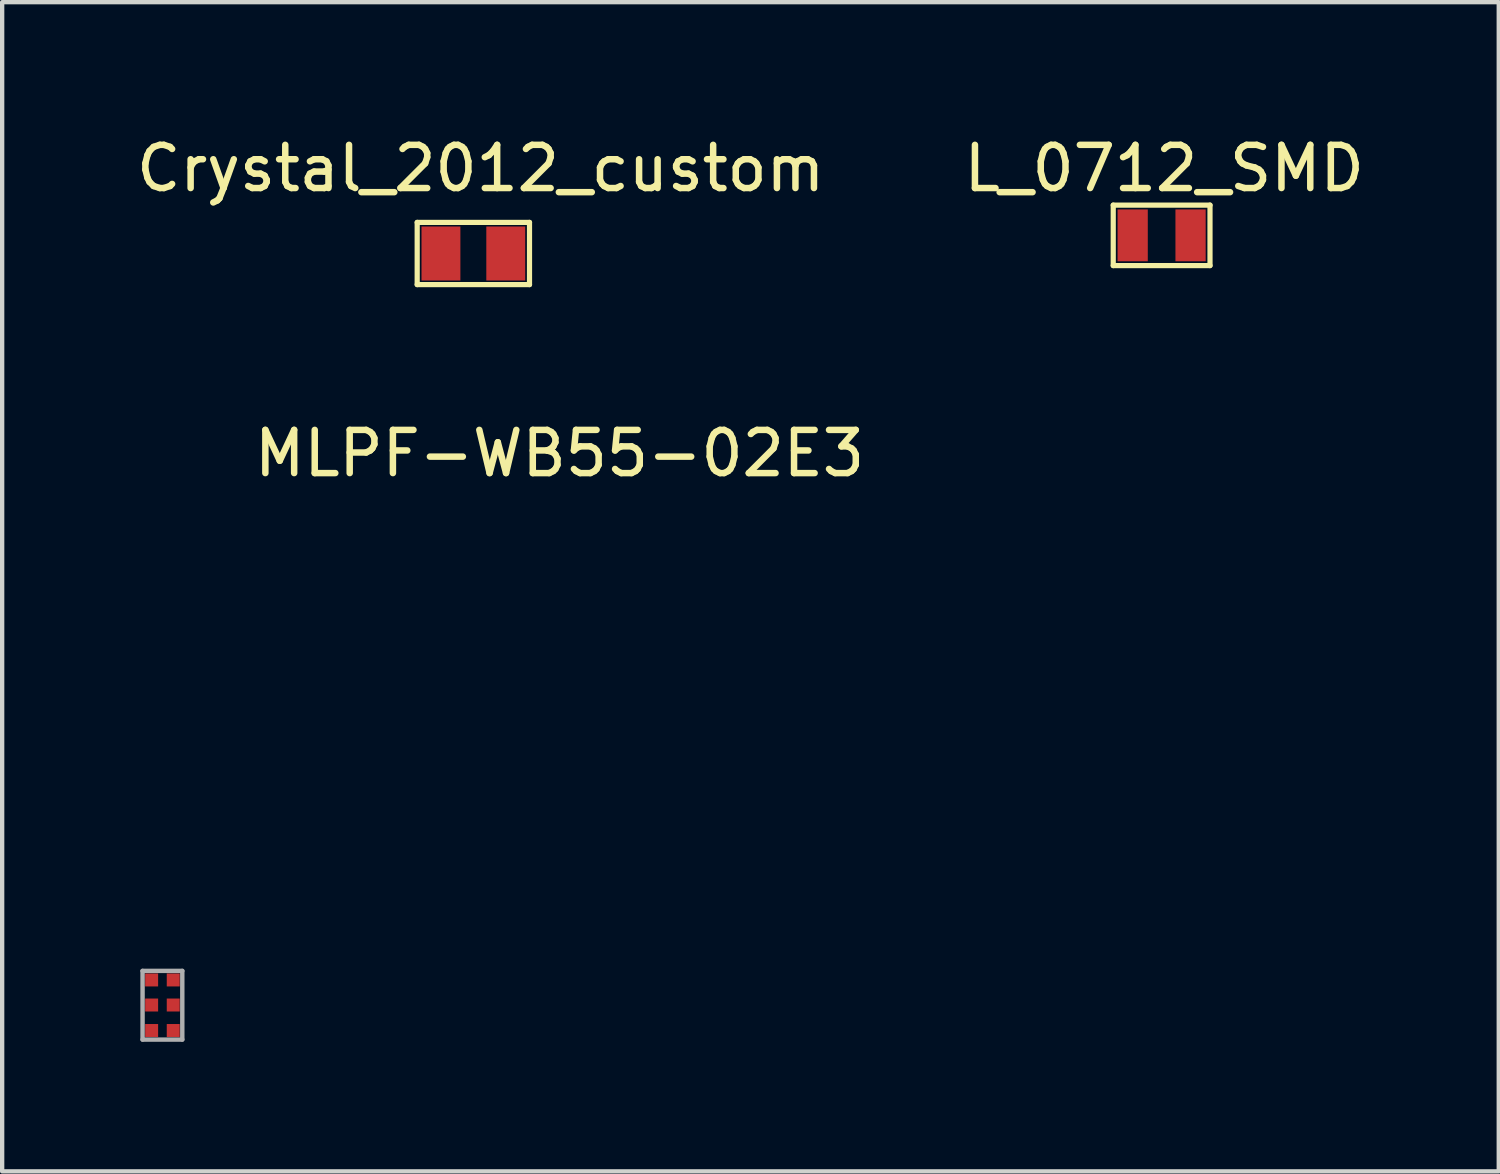
<source format=kicad_pcb>
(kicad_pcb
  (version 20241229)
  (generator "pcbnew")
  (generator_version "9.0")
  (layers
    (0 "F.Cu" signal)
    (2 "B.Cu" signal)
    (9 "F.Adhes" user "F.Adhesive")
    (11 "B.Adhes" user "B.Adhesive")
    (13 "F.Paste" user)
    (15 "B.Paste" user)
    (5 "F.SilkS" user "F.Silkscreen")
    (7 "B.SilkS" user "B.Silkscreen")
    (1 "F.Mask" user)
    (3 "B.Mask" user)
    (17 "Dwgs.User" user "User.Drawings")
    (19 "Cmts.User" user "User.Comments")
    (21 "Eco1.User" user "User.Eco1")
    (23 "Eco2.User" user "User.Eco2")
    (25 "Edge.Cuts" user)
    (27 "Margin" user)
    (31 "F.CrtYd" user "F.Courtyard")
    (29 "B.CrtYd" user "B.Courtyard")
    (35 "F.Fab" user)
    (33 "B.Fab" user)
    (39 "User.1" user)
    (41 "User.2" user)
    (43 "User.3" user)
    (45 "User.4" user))
  (footprint "L_0712_SMD"
    (layer "F.Cu")
    (at 23.839 2.398)
    (property "Reference" "L_0712_SMD" (at 0.06 -1.55 0) (layer "F.SilkS") (effects (font (size 1 1) (thickness 0.15))))
    (attr through_hole)
    (fp_line (start -1.12 -0.7) (end -1.12 0.7) (stroke (width 0.12) (type solid)) (layer "F.SilkS"))
    (fp_line (start -1.12 0.7) (end 1.12 0.7) (stroke (width 0.12) (type solid)) (layer "F.SilkS"))
    (fp_line (start 1.12 -0.7) (end -1.12 -0.7) (stroke (width 0.12) (type solid)) (layer "F.SilkS"))
    (fp_line (start 1.12 0.7) (end 1.12 -0.7) (stroke (width 0.12) (type solid)) (layer "F.SilkS"))
    (pad "1" smd rect (at -0.67 0) (size 0.7 1.2) (layers "F.Cu" "F.Mask" "F.Paste"))
    (pad "2" smd rect (at 0.67 0) (size 0.7 1.2) (layers "F.Cu" "F.Mask" "F.Paste")))
  (footprint "Crystal_2012_custom"
    (layer "F.Cu")
    (at 7.907 2.798)
    (property "Reference" "Crystal_2012_custom" (at 0.17 -1.95 0) (layer "F.SilkS") (effects (font (size 1 1) (thickness 0.15))))
    (attr through_hole)
    (fp_line (start -1.3 -0.7) (end -1.3 0.74) (stroke (width 0.12) (type solid)) (layer "F.SilkS"))
    (fp_line (start -1.3 0.74) (end 1.3 0.74) (stroke (width 0.12) (type solid)) (layer "F.SilkS"))
    (fp_line (start 1.3 -0.7) (end -1.3 -0.7) (stroke (width 0.12) (type solid)) (layer "F.SilkS"))
    (fp_line (start 1.3 0.74) (end 1.3 -0.7) (stroke (width 0.12) (type solid)) (layer "F.SilkS"))
    (pad "1" smd rect (at -0.75 0.02) (size 0.9 1.25) (layers "F.Cu" "F.Mask" "F.Paste"))
    (pad "2" smd rect (at 0.75 0.02) (size 0.9 1.25) (layers "F.Cu" "F.Mask" "F.Paste")))
  (footprint "MLPF-WB55-02E3"
    (layer "F.Cu")
    (at 0.25 19.384)
    (property "Reference" "MLPF-WB55-02E3" (at 9.652 -11.938 0) (layer "F.SilkS") (effects (font (size 1 1) (thickness 0.15))))
    (attr through_hole)
    (fp_line (start 0 0.04) (end 0 1.63) (stroke (width 0.102) (type solid)) (layer "F.Fab"))
    (fp_line (start 0 0.04) (end 0.92 0.04) (stroke (width 0.102) (type solid)) (layer "F.Fab"))
    (fp_line (start 0 1.63) (end 0.92 1.63) (stroke (width 0.102) (type solid)) (layer "F.Fab"))
    (fp_line (start 0.92 0.04) (end 0.92 1.63) (stroke (width 0.102) (type solid)) (layer "F.Fab"))
    (pad "1" smd rect (at 0.21 0.25) (size 0.3 0.3) (layers "F.Cu" "F.Mask" "F.Paste"))
    (pad "2" smd rect (at 0.21 0.83) (size 0.3 0.3) (layers "F.Cu" "F.Mask" "F.Paste"))
    (pad "3" smd rect (at 0.21 1.42) (size 0.3 0.3) (layers "F.Cu" "F.Mask" "F.Paste"))
    (pad "4" smd rect (at 0.71 0.25) (size 0.3 0.3) (layers "F.Cu" "F.Mask" "F.Paste"))
    (pad "5" smd rect (at 0.71 0.83) (size 0.3 0.3) (layers "F.Cu" "F.Mask" "F.Paste"))
    (pad "6" smd rect (at 0.71 1.42) (size 0.3 0.3) (layers "F.Cu" "F.Mask" "F.Paste")))
  (gr_rect
    (start -3 -3)
    (end 31.643 24.065)
    (stroke (width 0.1) (type default))
    (fill no)
    (layer "Edge.Cuts")))
</source>
